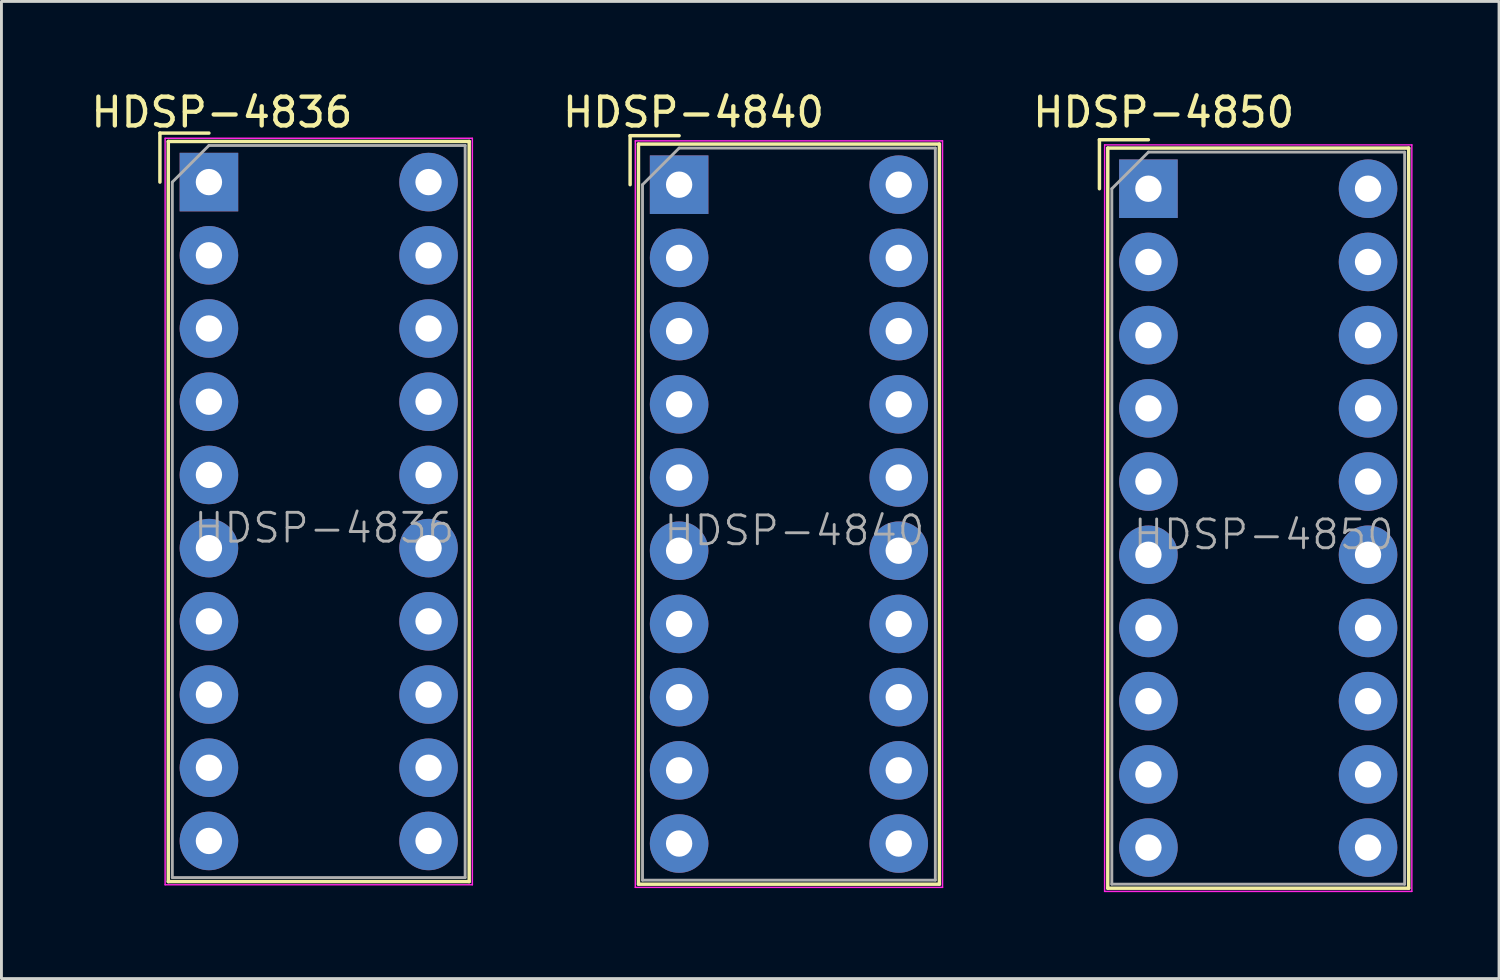
<source format=kicad_pcb>
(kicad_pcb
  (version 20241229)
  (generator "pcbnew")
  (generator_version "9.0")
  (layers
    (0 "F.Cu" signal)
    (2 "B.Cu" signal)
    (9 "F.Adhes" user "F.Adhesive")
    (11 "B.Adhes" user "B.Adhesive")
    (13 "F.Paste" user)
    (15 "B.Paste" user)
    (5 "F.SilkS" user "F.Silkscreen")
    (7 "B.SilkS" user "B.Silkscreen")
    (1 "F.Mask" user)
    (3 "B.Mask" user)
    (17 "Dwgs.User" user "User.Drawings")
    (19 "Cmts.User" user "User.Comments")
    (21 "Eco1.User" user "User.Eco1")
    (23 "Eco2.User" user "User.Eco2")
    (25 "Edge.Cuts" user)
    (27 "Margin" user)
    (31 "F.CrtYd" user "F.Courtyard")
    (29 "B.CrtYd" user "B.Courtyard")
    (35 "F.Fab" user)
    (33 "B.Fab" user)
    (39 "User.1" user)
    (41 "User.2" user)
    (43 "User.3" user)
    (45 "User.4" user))
  (footprint "HDSP-4840"
    (layer "F.Cu")
    (at 20.513 3.358)
    (property "Reference" "HDSP-4840" (at 0.5 -2.51 0) (layer "F.SilkS") (effects (font (size 1 1) (thickness 0.15))))
    (attr through_hole)
    (fp_line (start -1.7 -1.7) (end -1.7 0) (stroke (width 0.12) (type solid)) (layer "F.SilkS"))
    (fp_line (start -1.41 -1.41) (end 9.03 -1.41) (stroke (width 0.12) (type solid)) (layer "F.SilkS"))
    (fp_line (start -1.41 24.27) (end -1.41 -1.41) (stroke (width 0.12) (type solid)) (layer "F.SilkS"))
    (fp_line (start 0 -1.7) (end -1.7 -1.7) (stroke (width 0.12) (type solid)) (layer "F.SilkS"))
    (fp_line (start 9.03 -1.41) (end 9.03 24.27) (stroke (width 0.12) (type solid)) (layer "F.SilkS"))
    (fp_line (start 9.03 24.27) (end -1.41 24.27) (stroke (width 0.12) (type solid)) (layer "F.SilkS"))
    (fp_line (start -1.52 -1.52) (end -1.52 24.38) (stroke (width 0.05) (type solid)) (layer "F.CrtYd"))
    (fp_line (start -1.52 -1.52) (end 9.14 -1.52) (stroke (width 0.05) (type solid)) (layer "F.CrtYd"))
    (fp_line (start -1.52 24.38) (end 9.14 24.38) (stroke (width 0.05) (type solid)) (layer "F.CrtYd"))
    (fp_line (start 9.14 24.38) (end 9.14 -1.52) (stroke (width 0.05) (type solid)) (layer "F.CrtYd"))
    (fp_line (start -1.27 0) (end -1.27 24.13) (stroke (width 0.1) (type solid)) (layer "F.Fab"))
    (fp_line (start -1.27 24.13) (end 8.89 24.13) (stroke (width 0.1) (type solid)) (layer "F.Fab"))
    (fp_line (start 0 -1.27) (end -1.27 0) (stroke (width 0.1) (type solid)) (layer "F.Fab"))
    (fp_line (start 0 -1.27) (end 8.89 -1.27) (stroke (width 0.1) (type solid)) (layer "F.Fab"))
    (fp_line (start 8.89 -1.27) (end 8.89 24.13) (stroke (width 0.1) (type solid)) (layer "F.Fab"))
    (fp_text user "${REFERENCE}" (at 4 12 0) (layer "F.Fab") (effects (font (size 1 1) (thickness 0.1))))
    (pad "1" thru_hole rect (at 0 0 270) (size 2.032 2.032) (drill 0.914) (layers "*.Cu" "*.Mask"))
    (pad "2" thru_hole circle (at 0 2.54 270) (size 2.032 2.032) (drill 0.914) (layers "*.Cu" "*.Mask"))
    (pad "3" thru_hole circle (at 0 5.08 270) (size 2.032 2.032) (drill 0.914) (layers "*.Cu" "*.Mask"))
    (pad "4" thru_hole circle (at 0 7.62 270) (size 2.032 2.032) (drill 0.914) (layers "*.Cu" "*.Mask"))
    (pad "5" thru_hole circle (at 0 10.16 270) (size 2.032 2.032) (drill 0.914) (layers "*.Cu" "*.Mask"))
    (pad "6" thru_hole circle (at 0 12.7 270) (size 2.032 2.032) (drill 0.914) (layers "*.Cu" "*.Mask"))
    (pad "7" thru_hole circle (at 0 15.24 270) (size 2.032 2.032) (drill 0.914) (layers "*.Cu" "*.Mask"))
    (pad "8" thru_hole circle (at 0 17.78 270) (size 2.032 2.032) (drill 0.914) (layers "*.Cu" "*.Mask"))
    (pad "9" thru_hole circle (at 0 20.32 270) (size 2.032 2.032) (drill 0.914) (layers "*.Cu" "*.Mask"))
    (pad "10" thru_hole circle (at 0 22.86 270) (size 2.032 2.032) (drill 0.914) (layers "*.Cu" "*.Mask"))
    (pad "11" thru_hole circle (at 7.62 22.86 270) (size 2.032 2.032) (drill 0.914) (layers "*.Cu" "*.Mask"))
    (pad "12" thru_hole circle (at 7.62 20.32 270) (size 2.032 2.032) (drill 0.914) (layers "*.Cu" "*.Mask"))
    (pad "13" thru_hole circle (at 7.62 17.78 270) (size 2.032 2.032) (drill 0.914) (layers "*.Cu" "*.Mask"))
    (pad "14" thru_hole circle (at 7.62 15.24 270) (size 2.032 2.032) (drill 0.914) (layers "*.Cu" "*.Mask"))
    (pad "15" thru_hole circle (at 7.62 12.7 270) (size 2.032 2.032) (drill 0.914) (layers "*.Cu" "*.Mask"))
    (pad "16" thru_hole circle (at 7.62 10.16 270) (size 2.032 2.032) (drill 0.914) (layers "*.Cu" "*.Mask"))
    (pad "17" thru_hole circle (at 7.62 7.62 270) (size 2.032 2.032) (drill 0.914) (layers "*.Cu" "*.Mask"))
    (pad "18" thru_hole circle (at 7.62 5.08 270) (size 2.032 2.032) (drill 0.914) (layers "*.Cu" "*.Mask"))
    (pad "19" thru_hole circle (at 7.62 2.54 270) (size 2.032 2.032) (drill 0.914) (layers "*.Cu" "*.Mask"))
    (pad "20" thru_hole circle (at 7.62 0 270) (size 2.032 2.032) (drill 0.914) (layers "*.Cu" "*.Mask")))
  (footprint "HDSP-4850"
    (layer "F.Cu")
    (at 36.796 3.498)
    (property "Reference" "HDSP-4850" (at 0.53 -2.65 0) (layer "F.SilkS") (effects (font (size 1 1) (thickness 0.15))))
    (attr through_hole)
    (fp_line (start -1.7 -1.7) (end -1.7 0) (stroke (width 0.12) (type solid)) (layer "F.SilkS"))
    (fp_line (start -1.41 -1.41) (end 9.03 -1.41) (stroke (width 0.12) (type solid)) (layer "F.SilkS"))
    (fp_line (start -1.41 24.27) (end -1.41 -1.41) (stroke (width 0.12) (type solid)) (layer "F.SilkS"))
    (fp_line (start 0 -1.7) (end -1.7 -1.7) (stroke (width 0.12) (type solid)) (layer "F.SilkS"))
    (fp_line (start 9.03 -1.41) (end 9.03 24.27) (stroke (width 0.12) (type solid)) (layer "F.SilkS"))
    (fp_line (start 9.03 24.27) (end -1.41 24.27) (stroke (width 0.12) (type solid)) (layer "F.SilkS"))
    (fp_line (start -1.52 -1.52) (end -1.52 24.38) (stroke (width 0.05) (type solid)) (layer "F.CrtYd"))
    (fp_line (start -1.52 -1.52) (end 9.14 -1.52) (stroke (width 0.05) (type solid)) (layer "F.CrtYd"))
    (fp_line (start -1.52 24.38) (end 9.14 24.38) (stroke (width 0.05) (type solid)) (layer "F.CrtYd"))
    (fp_line (start 9.14 24.38) (end 9.14 -1.52) (stroke (width 0.05) (type solid)) (layer "F.CrtYd"))
    (fp_line (start -1.27 0) (end -1.27 24.13) (stroke (width 0.1) (type solid)) (layer "F.Fab"))
    (fp_line (start -1.27 24.13) (end 8.89 24.13) (stroke (width 0.1) (type solid)) (layer "F.Fab"))
    (fp_line (start 0 -1.27) (end -1.27 0) (stroke (width 0.1) (type solid)) (layer "F.Fab"))
    (fp_line (start 0 -1.27) (end 8.89 -1.27) (stroke (width 0.1) (type solid)) (layer "F.Fab"))
    (fp_line (start 8.89 -1.27) (end 8.89 24.13) (stroke (width 0.1) (type solid)) (layer "F.Fab"))
    (fp_text user "${REFERENCE}" (at 4 12 0) (layer "F.Fab") (effects (font (size 1 1) (thickness 0.1))))
    (pad "1" thru_hole rect (at 0 0 270) (size 2.032 2.032) (drill 0.914) (layers "*.Cu" "*.Mask"))
    (pad "2" thru_hole circle (at 0 2.54 270) (size 2.032 2.032) (drill 0.914) (layers "*.Cu" "*.Mask"))
    (pad "3" thru_hole circle (at 0 5.08 270) (size 2.032 2.032) (drill 0.914) (layers "*.Cu" "*.Mask"))
    (pad "4" thru_hole circle (at 0 7.62 270) (size 2.032 2.032) (drill 0.914) (layers "*.Cu" "*.Mask"))
    (pad "5" thru_hole circle (at 0 10.16 270) (size 2.032 2.032) (drill 0.914) (layers "*.Cu" "*.Mask"))
    (pad "6" thru_hole circle (at 0 12.7 270) (size 2.032 2.032) (drill 0.914) (layers "*.Cu" "*.Mask"))
    (pad "7" thru_hole circle (at 0 15.24 270) (size 2.032 2.032) (drill 0.914) (layers "*.Cu" "*.Mask"))
    (pad "8" thru_hole circle (at 0 17.78 270) (size 2.032 2.032) (drill 0.914) (layers "*.Cu" "*.Mask"))
    (pad "9" thru_hole circle (at 0 20.32 270) (size 2.032 2.032) (drill 0.914) (layers "*.Cu" "*.Mask"))
    (pad "10" thru_hole circle (at 0 22.86 270) (size 2.032 2.032) (drill 0.914) (layers "*.Cu" "*.Mask"))
    (pad "11" thru_hole circle (at 7.62 22.86 270) (size 2.032 2.032) (drill 0.914) (layers "*.Cu" "*.Mask"))
    (pad "12" thru_hole circle (at 7.62 20.32 270) (size 2.032 2.032) (drill 0.914) (layers "*.Cu" "*.Mask"))
    (pad "13" thru_hole circle (at 7.62 17.78 270) (size 2.032 2.032) (drill 0.914) (layers "*.Cu" "*.Mask"))
    (pad "14" thru_hole circle (at 7.62 15.24 270) (size 2.032 2.032) (drill 0.914) (layers "*.Cu" "*.Mask"))
    (pad "15" thru_hole circle (at 7.62 12.7 270) (size 2.032 2.032) (drill 0.914) (layers "*.Cu" "*.Mask"))
    (pad "16" thru_hole circle (at 7.62 10.16 270) (size 2.032 2.032) (drill 0.914) (layers "*.Cu" "*.Mask"))
    (pad "17" thru_hole circle (at 7.62 7.62 270) (size 2.032 2.032) (drill 0.914) (layers "*.Cu" "*.Mask"))
    (pad "18" thru_hole circle (at 7.62 5.08 270) (size 2.032 2.032) (drill 0.914) (layers "*.Cu" "*.Mask"))
    (pad "19" thru_hole circle (at 7.62 2.54 270) (size 2.032 2.032) (drill 0.914) (layers "*.Cu" "*.Mask"))
    (pad "20" thru_hole circle (at 7.62 0 270) (size 2.032 2.032) (drill 0.914) (layers "*.Cu" "*.Mask")))
  (footprint "HDSP-4836"
    (layer "F.Cu")
    (at 4.199 3.268)
    (property "Reference" "HDSP-4836" (at 0.45 -2.42 0) (layer "F.SilkS") (effects (font (size 1 1) (thickness 0.15))))
    (attr through_hole)
    (fp_line (start -1.7 -1.7) (end -1.7 0) (stroke (width 0.12) (type solid)) (layer "F.SilkS"))
    (fp_line (start -1.41 -1.41) (end 9.03 -1.41) (stroke (width 0.12) (type solid)) (layer "F.SilkS"))
    (fp_line (start -1.41 24.27) (end -1.41 -1.41) (stroke (width 0.12) (type solid)) (layer "F.SilkS"))
    (fp_line (start 0 -1.7) (end -1.7 -1.7) (stroke (width 0.12) (type solid)) (layer "F.SilkS"))
    (fp_line (start 9.03 -1.41) (end 9.03 24.27) (stroke (width 0.12) (type solid)) (layer "F.SilkS"))
    (fp_line (start 9.03 24.27) (end -1.41 24.27) (stroke (width 0.12) (type solid)) (layer "F.SilkS"))
    (fp_line (start -1.52 -1.52) (end -1.52 24.38) (stroke (width 0.05) (type solid)) (layer "F.CrtYd"))
    (fp_line (start -1.52 -1.52) (end 9.14 -1.52) (stroke (width 0.05) (type solid)) (layer "F.CrtYd"))
    (fp_line (start -1.52 24.38) (end 9.14 24.38) (stroke (width 0.05) (type solid)) (layer "F.CrtYd"))
    (fp_line (start 9.14 24.38) (end 9.14 -1.52) (stroke (width 0.05) (type solid)) (layer "F.CrtYd"))
    (fp_line (start -1.27 0) (end -1.27 24.13) (stroke (width 0.1) (type solid)) (layer "F.Fab"))
    (fp_line (start -1.27 24.13) (end 8.89 24.13) (stroke (width 0.1) (type solid)) (layer "F.Fab"))
    (fp_line (start 0 -1.27) (end -1.27 0) (stroke (width 0.1) (type solid)) (layer "F.Fab"))
    (fp_line (start 0 -1.27) (end 8.89 -1.27) (stroke (width 0.1) (type solid)) (layer "F.Fab"))
    (fp_line (start 8.89 -1.27) (end 8.89 24.13) (stroke (width 0.1) (type solid)) (layer "F.Fab"))
    (fp_text user "${REFERENCE}" (at 4 12 0) (layer "F.Fab") (effects (font (size 1 1) (thickness 0.1))))
    (pad "1" thru_hole rect (at 0 0 270) (size 2.032 2.032) (drill 0.914) (layers "*.Cu" "*.Mask"))
    (pad "2" thru_hole circle (at 0 2.54 270) (size 2.032 2.032) (drill 0.914) (layers "*.Cu" "*.Mask"))
    (pad "3" thru_hole circle (at 0 5.08 270) (size 2.032 2.032) (drill 0.914) (layers "*.Cu" "*.Mask"))
    (pad "4" thru_hole circle (at 0 7.62 270) (size 2.032 2.032) (drill 0.914) (layers "*.Cu" "*.Mask"))
    (pad "5" thru_hole circle (at 0 10.16 270) (size 2.032 2.032) (drill 0.914) (layers "*.Cu" "*.Mask"))
    (pad "6" thru_hole circle (at 0 12.7 270) (size 2.032 2.032) (drill 0.914) (layers "*.Cu" "*.Mask"))
    (pad "7" thru_hole circle (at 0 15.24 270) (size 2.032 2.032) (drill 0.914) (layers "*.Cu" "*.Mask"))
    (pad "8" thru_hole circle (at 0 17.78 270) (size 2.032 2.032) (drill 0.914) (layers "*.Cu" "*.Mask"))
    (pad "9" thru_hole circle (at 0 20.32 270) (size 2.032 2.032) (drill 0.914) (layers "*.Cu" "*.Mask"))
    (pad "10" thru_hole circle (at 0 22.86 270) (size 2.032 2.032) (drill 0.914) (layers "*.Cu" "*.Mask"))
    (pad "11" thru_hole circle (at 7.62 22.86 270) (size 2.032 2.032) (drill 0.914) (layers "*.Cu" "*.Mask"))
    (pad "12" thru_hole circle (at 7.62 20.32 270) (size 2.032 2.032) (drill 0.914) (layers "*.Cu" "*.Mask"))
    (pad "13" thru_hole circle (at 7.62 17.78 270) (size 2.032 2.032) (drill 0.914) (layers "*.Cu" "*.Mask"))
    (pad "14" thru_hole circle (at 7.62 15.24 270) (size 2.032 2.032) (drill 0.914) (layers "*.Cu" "*.Mask"))
    (pad "15" thru_hole circle (at 7.62 12.7 270) (size 2.032 2.032) (drill 0.914) (layers "*.Cu" "*.Mask"))
    (pad "16" thru_hole circle (at 7.62 10.16 270) (size 2.032 2.032) (drill 0.914) (layers "*.Cu" "*.Mask"))
    (pad "17" thru_hole circle (at 7.62 7.62 270) (size 2.032 2.032) (drill 0.914) (layers "*.Cu" "*.Mask"))
    (pad "18" thru_hole circle (at 7.62 5.08 270) (size 2.032 2.032) (drill 0.914) (layers "*.Cu" "*.Mask"))
    (pad "19" thru_hole circle (at 7.62 2.54 270) (size 2.032 2.032) (drill 0.914) (layers "*.Cu" "*.Mask"))
    (pad "20" thru_hole circle (at 7.62 0 270) (size 2.032 2.032) (drill 0.914) (layers "*.Cu" "*.Mask")))
  (gr_rect
    (start -3 -3)
    (end 48.961 30.903)
    (stroke (width 0.1) (type default))
    (fill no)
    (layer "Edge.Cuts")))
</source>
